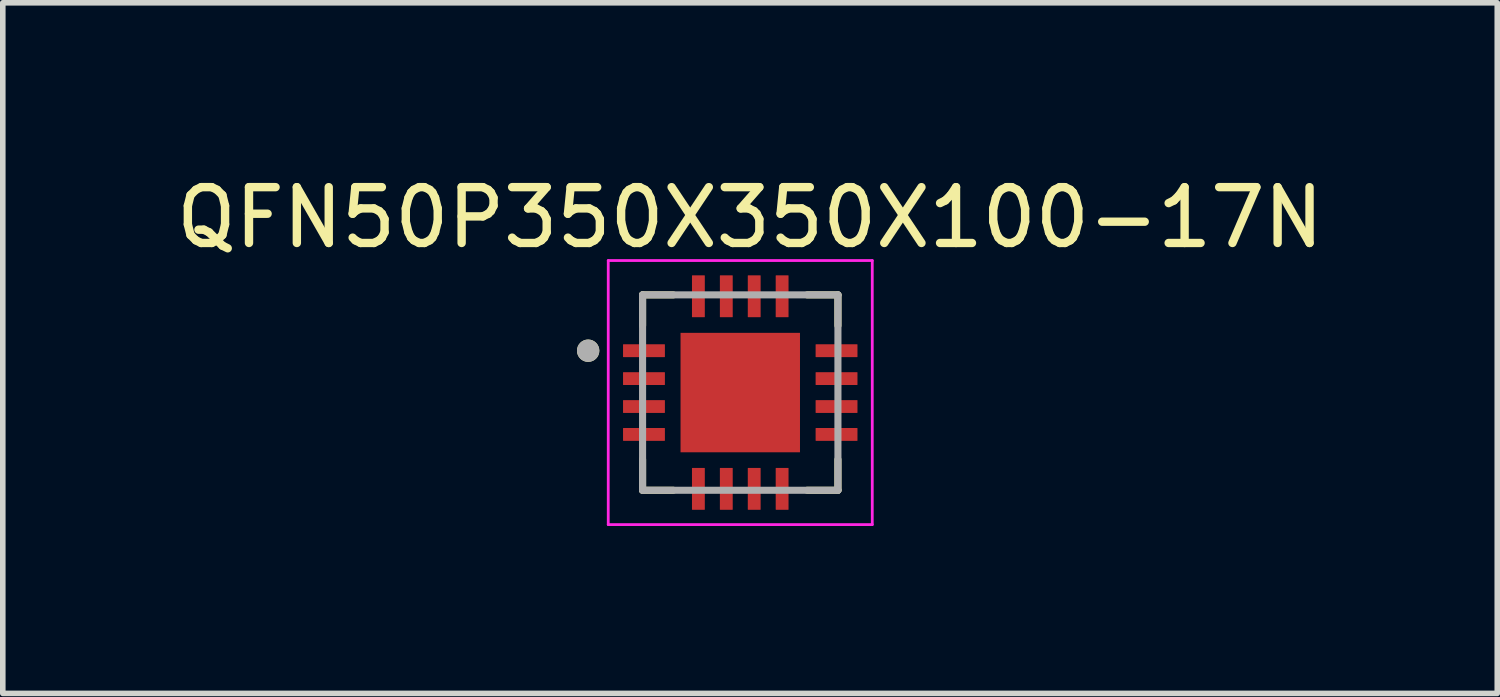
<source format=kicad_pcb>
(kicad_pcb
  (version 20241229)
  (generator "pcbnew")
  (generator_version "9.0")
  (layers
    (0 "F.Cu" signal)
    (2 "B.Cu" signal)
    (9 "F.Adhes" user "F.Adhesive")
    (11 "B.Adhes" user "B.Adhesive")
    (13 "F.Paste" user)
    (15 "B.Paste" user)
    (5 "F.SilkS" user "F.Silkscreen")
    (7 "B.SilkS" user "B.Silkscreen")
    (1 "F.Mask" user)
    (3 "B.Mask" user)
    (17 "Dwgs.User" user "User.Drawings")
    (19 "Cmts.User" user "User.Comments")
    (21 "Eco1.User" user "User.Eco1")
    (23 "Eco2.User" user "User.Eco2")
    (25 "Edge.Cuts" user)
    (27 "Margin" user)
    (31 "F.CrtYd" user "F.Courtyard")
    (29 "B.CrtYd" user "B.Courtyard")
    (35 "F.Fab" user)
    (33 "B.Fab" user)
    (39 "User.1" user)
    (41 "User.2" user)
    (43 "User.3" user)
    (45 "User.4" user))
  (footprint "QFN50P350X350X100-17N"
    (layer "F.Cu")
    (at 10.212 3.983)
    (property "Reference" "QFN50P350X350X100-17N" (at 0.175 -3.135 0) (layer "F.SilkS") (effects (font (size 1 1) (thickness 0.15))))
    (attr smd)
    (fp_line (start -1.75 -1.75) (end -1.75 -1.2) (stroke (width 0.127) (type solid)) (layer "F.SilkS"))
    (fp_line (start -1.75 -1.75) (end -1.2 -1.75) (stroke (width 0.127) (type solid)) (layer "F.SilkS"))
    (fp_line (start -1.75 1.75) (end -1.75 1.2) (stroke (width 0.127) (type solid)) (layer "F.SilkS"))
    (fp_line (start -1.75 1.75) (end -1.2 1.75) (stroke (width 0.127) (type solid)) (layer "F.SilkS"))
    (fp_line (start 1.75 -1.75) (end 1.2 -1.75) (stroke (width 0.127) (type solid)) (layer "F.SilkS"))
    (fp_line (start 1.75 -1.75) (end 1.75 -1.2) (stroke (width 0.127) (type solid)) (layer "F.SilkS"))
    (fp_line (start 1.75 1.75) (end 1.2 1.75) (stroke (width 0.127) (type solid)) (layer "F.SilkS"))
    (fp_line (start 1.75 1.75) (end 1.75 1.2) (stroke (width 0.127) (type solid)) (layer "F.SilkS"))
    (fp_circle (center -2.725 -0.75) (end -2.625 -0.75) (stroke (width 0.2) (type solid)) (fill no) (layer "F.SilkS"))
    (fp_poly (pts (xy -1 -0.175) (xy -0.7 -0.175) (xy -0.7 0.125) (xy -1 0.125)) (stroke (width 0.01) (type solid)) (fill yes) (layer "F.Paste"))
    (fp_poly (pts (xy -0.99 -1) (xy -0.69 -1) (xy -0.69 -0.7) (xy -0.99 -0.7)) (stroke (width 0.01) (type solid)) (fill yes) (layer "F.Paste"))
    (fp_poly (pts (xy -0.99 0.71) (xy -0.69 0.71) (xy -0.69 1.01) (xy -0.99 1.01)) (stroke (width 0.01) (type solid)) (fill yes) (layer "F.Paste"))
    (fp_poly (pts (xy 0.675 -0.15) (xy 0.975 -0.15) (xy 0.975 0.15) (xy 0.675 0.15)) (stroke (width 0.01) (type solid)) (fill yes) (layer "F.Paste"))
    (fp_poly (pts (xy 0.68 -1) (xy 0.98 -1) (xy 0.98 -0.7) (xy 0.68 -0.7)) (stroke (width 0.01) (type solid)) (fill yes) (layer "F.Paste"))
    (fp_poly (pts (xy 0.68 0.71) (xy 0.98 0.71) (xy 0.98 1.01) (xy 0.68 1.01)) (stroke (width 0.01) (type solid)) (fill yes) (layer "F.Paste"))
    (fp_line (start -2.365 -2.365) (end 2.365 -2.365) (stroke (width 0.05) (type solid)) (layer "F.CrtYd"))
    (fp_line (start -2.365 2.365) (end -2.365 -2.365) (stroke (width 0.05) (type solid)) (layer "F.CrtYd"))
    (fp_line (start -2.365 2.365) (end 2.365 2.365) (stroke (width 0.05) (type solid)) (layer "F.CrtYd"))
    (fp_line (start 2.365 2.365) (end 2.365 -2.365) (stroke (width 0.05) (type solid)) (layer "F.CrtYd"))
    (fp_line (start -1.75 1.75) (end -1.75 -1.75) (stroke (width 0.127) (type solid)) (layer "F.Fab"))
    (fp_line (start 1.75 -1.75) (end -1.75 -1.75) (stroke (width 0.127) (type solid)) (layer "F.Fab"))
    (fp_line (start 1.75 1.75) (end -1.75 1.75) (stroke (width 0.127) (type solid)) (layer "F.Fab"))
    (fp_line (start 1.75 1.75) (end 1.75 -1.75) (stroke (width 0.127) (type solid)) (layer "F.Fab"))
    (fp_circle (center -2.725 -0.75) (end -2.625 -0.75) (stroke (width 0.2) (type solid)) (fill no) (layer "F.Fab"))
    (pad "1" smd roundrect (at -1.725 -0.75) (size 0.75 0.23) (layers "F.Cu" "F.Mask" "F.Paste") (roundrect_rratio 0.03))
    (pad "2" smd roundrect (at -1.725 -0.25) (size 0.75 0.23) (layers "F.Cu" "F.Mask" "F.Paste") (roundrect_rratio 0.03))
    (pad "3" smd roundrect (at -1.725 0.25) (size 0.75 0.23) (layers "F.Cu" "F.Mask" "F.Paste") (roundrect_rratio 0.03))
    (pad "4" smd roundrect (at -1.725 0.75) (size 0.75 0.23) (layers "F.Cu" "F.Mask" "F.Paste") (roundrect_rratio 0.03))
    (pad "5" smd roundrect (at -0.75 1.725 90) (size 0.75 0.23) (layers "F.Cu" "F.Mask" "F.Paste") (roundrect_rratio 0.03))
    (pad "6" smd roundrect (at -0.25 1.725 90) (size 0.75 0.23) (layers "F.Cu" "F.Mask" "F.Paste") (roundrect_rratio 0.03))
    (pad "7" smd roundrect (at 0.25 1.725 90) (size 0.75 0.23) (layers "F.Cu" "F.Mask" "F.Paste") (roundrect_rratio 0.03))
    (pad "8" smd roundrect (at 0.75 1.725 90) (size 0.75 0.23) (layers "F.Cu" "F.Mask" "F.Paste") (roundrect_rratio 0.03))
    (pad "9" smd roundrect (at 1.725 0.75) (size 0.75 0.23) (layers "F.Cu" "F.Mask" "F.Paste") (roundrect_rratio 0.03))
    (pad "10" smd roundrect (at 1.725 0.25) (size 0.75 0.23) (layers "F.Cu" "F.Mask" "F.Paste") (roundrect_rratio 0.03))
    (pad "11" smd roundrect (at 1.725 -0.25) (size 0.75 0.23) (layers "F.Cu" "F.Mask" "F.Paste") (roundrect_rratio 0.03))
    (pad "12" smd roundrect (at 1.725 -0.75) (size 0.75 0.23) (layers "F.Cu" "F.Mask" "F.Paste") (roundrect_rratio 0.03))
    (pad "13" smd roundrect (at 0.75 -1.725 90) (size 0.75 0.23) (layers "F.Cu" "F.Mask" "F.Paste") (roundrect_rratio 0.03))
    (pad "14" smd roundrect (at 0.25 -1.725 90) (size 0.75 0.23) (layers "F.Cu" "F.Mask" "F.Paste") (roundrect_rratio 0.03))
    (pad "15" smd roundrect (at -0.25 -1.725 90) (size 0.75 0.23) (layers "F.Cu" "F.Mask" "F.Paste") (roundrect_rratio 0.03))
    (pad "16" smd roundrect (at -0.75 -1.725 90) (size 0.75 0.23) (layers "F.Cu" "F.Mask" "F.Paste") (roundrect_rratio 0.03))
    (pad "17" smd rect (at 0 0) (size 2.14 2.14) (layers "F.Cu" "F.Mask")))
  (gr_rect
    (start -3 -3)
    (end 23.774 9.373)
    (stroke (width 0.1) (type default))
    (fill no)
    (layer "Edge.Cuts")))
</source>
